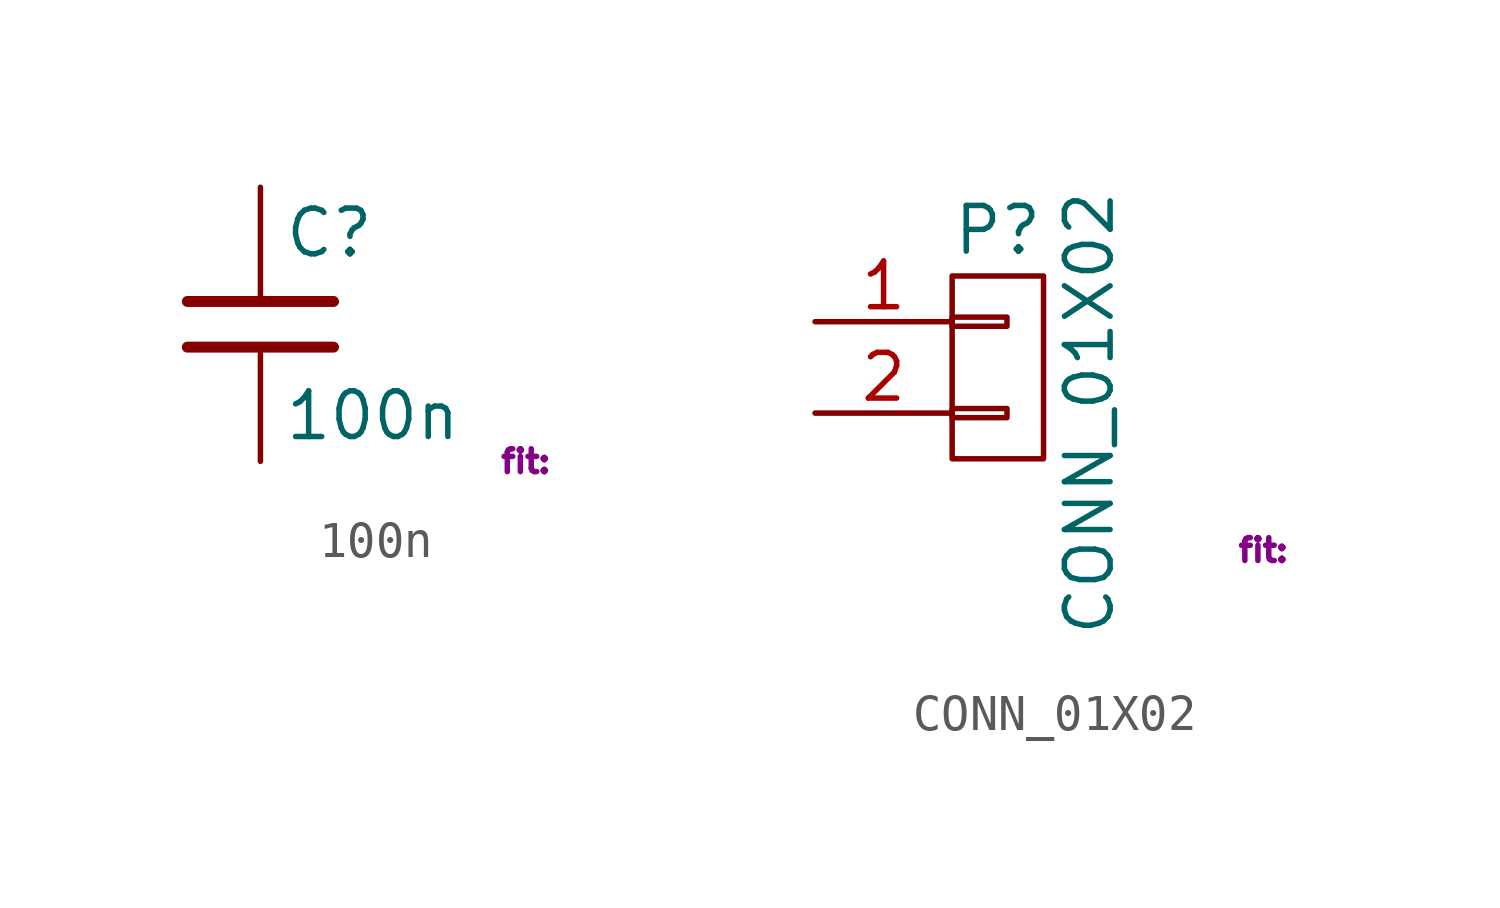
<source format=kicad_sym>
(kicad_symbol_lib
  (version 20220914)
  (generator kicad_symbol_editor)
  (symbol "100n"
    (pin_numbers hide)
    (pin_names
      (offset 0.254))
    (property "Reference" "C"
      (at 0.635 2.54 0)
      (effects (font (size 1.27 1.27)) (justify left)))
    (property "Value" "100n"
      (at 0.635 -2.54 0)
      (effects (font (size 1.27 1.27)) (justify left)))
    (property "Fit" "fit: "
      (at 7.62 -3.81 0)
      (effects (font (size 0.635 0.635))))
    (symbol "100n_0_1"
      (polyline (pts (xy -2.032 -0.635) (xy 2.032 -0.635)) (stroke (width 0.305) (type default)) (fill (type none)))
      (polyline (pts (xy -2.032 0.635) (xy 2.032 0.635)) (stroke (width 0.305) (type default)) (fill (type none))))
    (symbol "100n_1_1"
      (pin passive line (at 0 3.81 270) (length 3.2) (name "~" (effects (font (size 1.27 1.27)))) (number "1" (effects (font (size 1.27 1.27)))))
      (pin passive line (at 0 -3.81 90) (length 2.997) (name "~" (effects (font (size 1.27 1.27)))) (number "2" (effects (font (size 1.27 1.27)))))))
  (symbol "CONN_01X02"
    (pin_names
      (offset 1.016) hide)
    (property "Reference" "P"
      (at 0 5.08 0)
      (effects (font (size 1.27 1.27))))
    (property "Value" "CONN_01X02"
      (at 2.54 0 90)
      (effects (font (size 1.27 1.27))))
    (property "Datasheet" ""
      (at 0 5.08 0)
      (effects (font (size 1.27 1.27))))
    (property "Fit" "fit: "
      (at 7.62 -3.81 0)
      (effects (font (size 0.635 0.635))))
    (symbol "CONN_01X02_0_1"
      (rectangle (start -1.27 0.127) (end 0.254 -0.127) (stroke (width 0) (type default)) (fill (type none)))
      (rectangle (start -1.27 2.667) (end 0.254 2.413) (stroke (width 0) (type default)) (fill (type none)))
      (rectangle (start -1.27 3.81) (end 1.27 -1.27) (stroke (width 0) (type default)) (fill (type none))))
    (symbol "CONN_01X02_1_1"
      (pin passive line (at -5.08 2.54 0) (length 3.81) (name "P1" (effects (font (size 1.27 1.27)))) (number "1" (effects (font (size 1.27 1.27)))))
      (pin passive line (at -5.08 0 0) (length 3.81) (name "P2" (effects (font (size 1.27 1.27)))) (number "2" (effects (font (size 1.27 1.27))))))))
</source>
